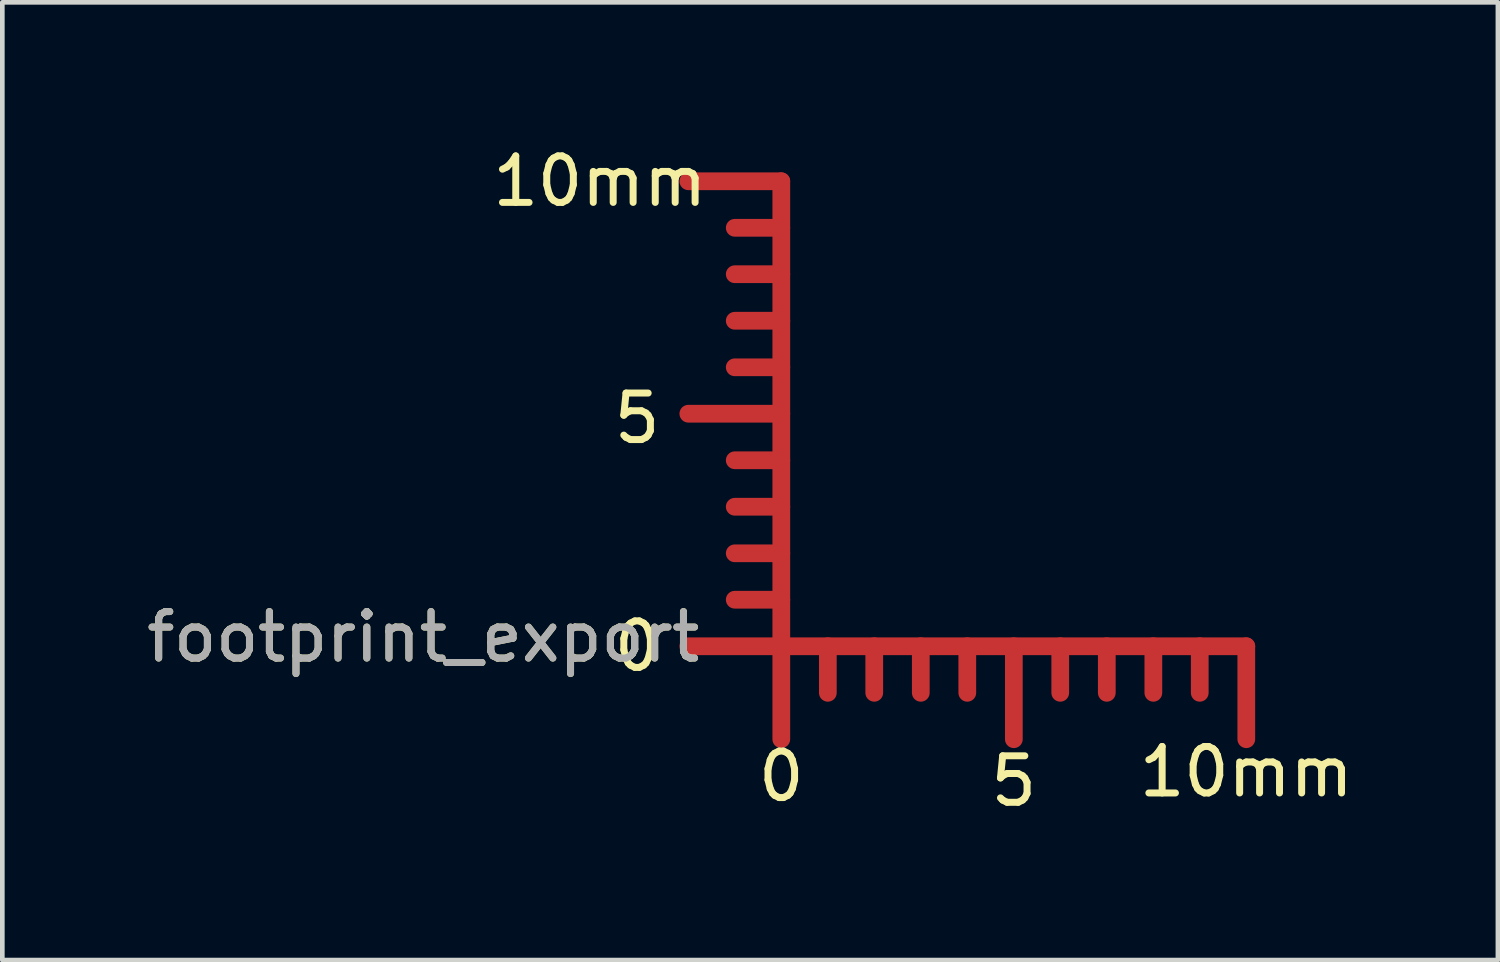
<source format=kicad_pcb>
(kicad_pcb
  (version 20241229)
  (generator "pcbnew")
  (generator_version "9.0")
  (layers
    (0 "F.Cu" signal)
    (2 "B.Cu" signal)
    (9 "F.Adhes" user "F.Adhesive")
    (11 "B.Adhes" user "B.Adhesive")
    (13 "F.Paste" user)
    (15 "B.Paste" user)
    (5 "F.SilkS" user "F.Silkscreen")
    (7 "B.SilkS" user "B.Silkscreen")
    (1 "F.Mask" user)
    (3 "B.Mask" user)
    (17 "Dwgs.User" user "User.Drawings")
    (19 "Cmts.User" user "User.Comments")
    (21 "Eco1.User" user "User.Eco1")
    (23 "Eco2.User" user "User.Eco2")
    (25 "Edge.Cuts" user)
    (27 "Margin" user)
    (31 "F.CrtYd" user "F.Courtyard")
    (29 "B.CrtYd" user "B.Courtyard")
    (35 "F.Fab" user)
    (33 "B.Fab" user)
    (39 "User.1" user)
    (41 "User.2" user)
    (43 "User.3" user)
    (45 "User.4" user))
  (footprint "footprint_export"
    (layer "F.Cu")
    (at 13.752 10.848)
    (property "Reference" "footprint_export" (at -7.699 -0.201 0) (layer "F.SilkS") (effects (font (size 1 1) (thickness 0.15))))
    (attr exclude_from_pos_files exclude_from_bom)
    (fp_line (start 0 -10) (end -1.999 -10) (stroke (width 0.381) (type solid)) (layer "F.Cu"))
    (fp_line (start 0 -8.999) (end -1.001 -8.999) (stroke (width 0.381) (type solid)) (layer "F.Cu"))
    (fp_line (start 0 -8.001) (end -1.001 -8.001) (stroke (width 0.381) (type solid)) (layer "F.Cu"))
    (fp_line (start 0 -7) (end -1.001 -7) (stroke (width 0.381) (type solid)) (layer "F.Cu"))
    (fp_line (start 0 -5.999) (end -1.001 -5.999) (stroke (width 0.381) (type solid)) (layer "F.Cu"))
    (fp_line (start 0 -5.001) (end -1.999 -5.001) (stroke (width 0.381) (type solid)) (layer "F.Cu"))
    (fp_line (start 0 -4) (end -1.001 -4) (stroke (width 0.381) (type solid)) (layer "F.Cu"))
    (fp_line (start 0 -3) (end -1.001 -3) (stroke (width 0.381) (type solid)) (layer "F.Cu"))
    (fp_line (start 0 -1.999) (end -1.001 -1.999) (stroke (width 0.381) (type solid)) (layer "F.Cu"))
    (fp_line (start 0 -1.001) (end -1.001 -1.001) (stroke (width 0.381) (type solid)) (layer "F.Cu"))
    (fp_line (start 0 0) (end -1.999 0) (stroke (width 0.381) (type solid)) (layer "F.Cu"))
    (fp_line (start 0 0) (end 0 -10) (stroke (width 0.381) (type solid)) (layer "F.Cu"))
    (fp_line (start 0 0) (end 0 1.999) (stroke (width 0.381) (type solid)) (layer "F.Cu"))
    (fp_line (start 0 0) (end 10 0) (stroke (width 0.381) (type solid)) (layer "F.Cu"))
    (fp_line (start 1.001 0) (end 1.001 1.001) (stroke (width 0.381) (type solid)) (layer "F.Cu"))
    (fp_line (start 1.999 0) (end 1.999 1.001) (stroke (width 0.381) (type solid)) (layer "F.Cu"))
    (fp_line (start 3 0) (end 3 1.001) (stroke (width 0.381) (type solid)) (layer "F.Cu"))
    (fp_line (start 4 0) (end 4 1.001) (stroke (width 0.381) (type solid)) (layer "F.Cu"))
    (fp_line (start 5.001 0) (end 5.001 1.999) (stroke (width 0.381) (type solid)) (layer "F.Cu"))
    (fp_line (start 5.999 0) (end 5.999 1.001) (stroke (width 0.381) (type solid)) (layer "F.Cu"))
    (fp_line (start 7 0) (end 7 1.001) (stroke (width 0.381) (type solid)) (layer "F.Cu"))
    (fp_line (start 8.001 0) (end 8.001 1.001) (stroke (width 0.381) (type solid)) (layer "F.Cu"))
    (fp_line (start 8.999 0) (end 8.999 1.001) (stroke (width 0.381) (type solid)) (layer "F.Cu"))
    (fp_line (start 10 0) (end 10 1.999) (stroke (width 0.381) (type solid)) (layer "F.Cu"))
    (fp_text user "0" (at -3.101 0 0) (layer "F.SilkS") (effects (font (size 1 1) (thickness 0.15))))
    (fp_text user "10mm" (at -3.901 -10 0) (layer "F.SilkS") (effects (font (size 1 1) (thickness 0.15))))
    (fp_text user "0" (at 0 2.799 0) (layer "F.SilkS") (effects (font (size 1 1) (thickness 0.15))))
    (fp_text user "5" (at 4.999 2.901 0) (layer "F.SilkS") (effects (font (size 1 1) (thickness 0.15))))
    (fp_text user "5" (at -3.101 -4.9 0) (layer "F.SilkS") (effects (font (size 1 1) (thickness 0.15))))
    (fp_text user "10mm" (at 10 2.7 0) (layer "F.SilkS") (effects (font (size 1 1) (thickness 0.15))))
    (fp_text user "${REFERENCE}" (at -7.699 -0.201 0) (layer "F.Fab") (effects (font (size 1 1) (thickness 0.15)))))
  (gr_rect
    (start -3 -3)
    (end 29.163 17.597)
    (stroke (width 0.1) (type default))
    (fill no)
    (layer "Edge.Cuts")))
</source>
